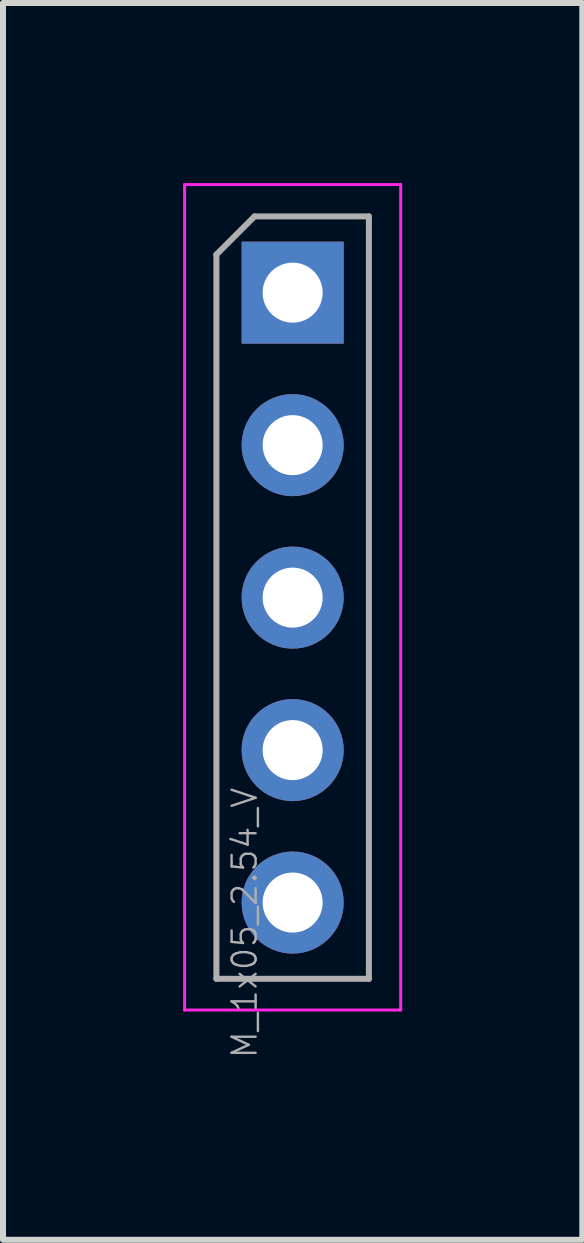
<source format=kicad_pcb>
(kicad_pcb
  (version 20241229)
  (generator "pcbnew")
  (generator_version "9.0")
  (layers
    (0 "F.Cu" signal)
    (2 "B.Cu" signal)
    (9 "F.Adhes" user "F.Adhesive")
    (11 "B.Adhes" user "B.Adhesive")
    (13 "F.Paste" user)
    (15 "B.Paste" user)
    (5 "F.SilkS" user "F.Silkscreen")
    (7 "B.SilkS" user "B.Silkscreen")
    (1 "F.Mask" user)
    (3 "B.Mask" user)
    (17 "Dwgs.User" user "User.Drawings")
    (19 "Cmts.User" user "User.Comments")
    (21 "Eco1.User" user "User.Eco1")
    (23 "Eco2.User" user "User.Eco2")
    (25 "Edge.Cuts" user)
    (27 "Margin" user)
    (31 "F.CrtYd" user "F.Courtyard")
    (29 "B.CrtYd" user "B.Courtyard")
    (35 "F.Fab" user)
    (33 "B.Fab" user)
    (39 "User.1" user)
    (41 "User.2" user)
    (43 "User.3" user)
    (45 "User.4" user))
  (footprint "M_1x05_2.54_V"
    (layer "F.Cu")
    (at 1.825 1.825)
    (property "Reference" "M_1x05_2.54_V" (at -0.8 10.5 90) (layer "F.Fab") (effects (font (size 0.4 0.4) (thickness 0.04))))
    (attr through_hole)
    (fp_line (start -1.8 -1.8) (end -1.8 11.95) (stroke (width 0.05) (type solid)) (layer "F.CrtYd"))
    (fp_line (start -1.8 11.95) (end 1.8 11.95) (stroke (width 0.05) (type solid)) (layer "F.CrtYd"))
    (fp_line (start 1.8 -1.8) (end -1.8 -1.8) (stroke (width 0.05) (type solid)) (layer "F.CrtYd"))
    (fp_line (start 1.8 11.95) (end 1.8 -1.8) (stroke (width 0.05) (type solid)) (layer "F.CrtYd"))
    (fp_line (start -1.27 -0.635) (end -0.635 -1.27) (stroke (width 0.1) (type solid)) (layer "F.Fab"))
    (fp_line (start -1.27 11.43) (end -1.27 -0.635) (stroke (width 0.1) (type solid)) (layer "F.Fab"))
    (fp_line (start -0.635 -1.27) (end 1.27 -1.27) (stroke (width 0.1) (type solid)) (layer "F.Fab"))
    (fp_line (start 1.27 -1.27) (end 1.27 11.43) (stroke (width 0.1) (type solid)) (layer "F.Fab"))
    (fp_line (start 1.27 11.43) (end -1.27 11.43) (stroke (width 0.1) (type solid)) (layer "F.Fab"))
    (pad "1" thru_hole rect (at 0 0) (size 1.7 1.7) (drill 1) (layers "*.Cu" "*.Mask"))
    (pad "2" thru_hole oval (at 0 2.54) (size 1.7 1.7) (drill 1) (layers "*.Cu" "*.Mask"))
    (pad "3" thru_hole oval (at 0 5.08) (size 1.7 1.7) (drill 1) (layers "*.Cu" "*.Mask"))
    (pad "4" thru_hole oval (at 0 7.62) (size 1.7 1.7) (drill 1) (layers "*.Cu" "*.Mask"))
    (pad "5" thru_hole oval (at 0 10.16) (size 1.7 1.7) (drill 1) (layers "*.Cu" "*.Mask")))
  (gr_rect
    (start -3 -3)
    (end 6.65 17.602)
    (stroke (width 0.1) (type default))
    (fill no)
    (layer "Edge.Cuts")))
</source>
